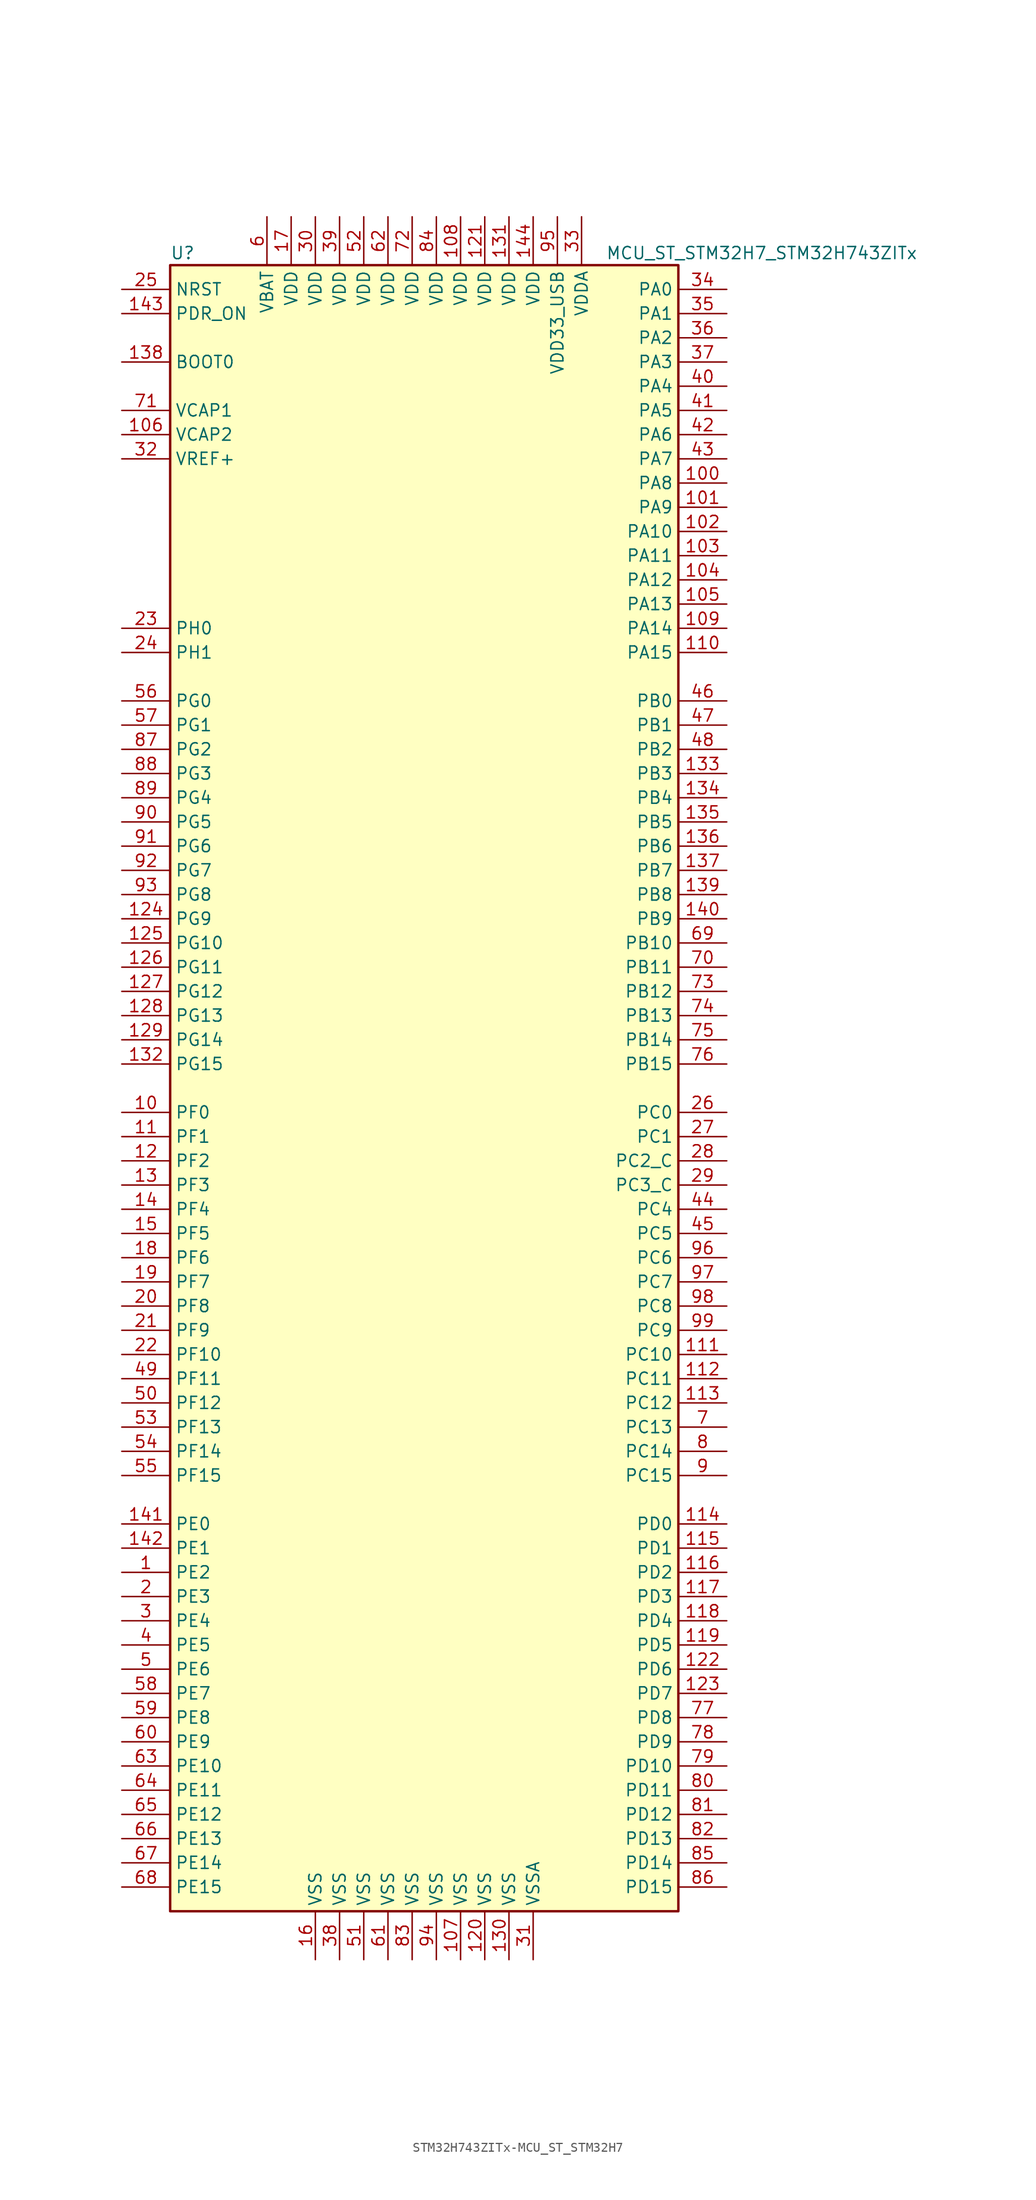
<source format=kicad_sym>
(kicad_symbol_lib
  (version 20220914)
  (generator kicad_symbol_editor)
  (symbol "STM32H743ZITx-MCU_ST_STM32H7"
    (property "Reference" "U"
      (at -27.94 87.63 0)
      (effects (font (size 1.27 1.27)) (justify left)))
    (property "Value" "MCU_ST_STM32H7_STM32H743ZITx"
      (at 17.78 87.63 0)
      (effects (font (size 1.27 1.27)) (justify left)))
    (symbol "STM32H743ZITx-MCU_ST_STM32H7_0_1"
      (rectangle (start -27.94 -86.36) (end 25.4 86.36) (stroke (width 0.254) (type solid)) (fill (type background))))
    (symbol "STM32H743ZITx-MCU_ST_STM32H7_1_1"
      (pin bidirectional line (at -33.02 -50.8 0) (length 5.08) (name "PE2" (effects (font (size 1.27 1.27)))) (number "1" (effects (font (size 1.27 1.27)))))
      (pin bidirectional line (at -33.02 -2.54 0) (length 5.08) (name "PF0" (effects (font (size 1.27 1.27)))) (number "10" (effects (font (size 1.27 1.27)))))
      (pin bidirectional line (at 30.48 63.5 180) (length 5.08) (name "PA8" (effects (font (size 1.27 1.27)))) (number "100" (effects (font (size 1.27 1.27)))))
      (pin bidirectional line (at 30.48 60.96 180) (length 5.08) (name "PA9" (effects (font (size 1.27 1.27)))) (number "101" (effects (font (size 1.27 1.27)))))
      (pin bidirectional line (at 30.48 58.42 180) (length 5.08) (name "PA10" (effects (font (size 1.27 1.27)))) (number "102" (effects (font (size 1.27 1.27)))))
      (pin bidirectional line (at 30.48 55.88 180) (length 5.08) (name "PA11" (effects (font (size 1.27 1.27)))) (number "103" (effects (font (size 1.27 1.27)))))
      (pin bidirectional line (at 30.48 53.34 180) (length 5.08) (name "PA12" (effects (font (size 1.27 1.27)))) (number "104" (effects (font (size 1.27 1.27)))))
      (pin bidirectional line (at 30.48 50.8 180) (length 5.08) (name "PA13" (effects (font (size 1.27 1.27)))) (number "105" (effects (font (size 1.27 1.27)))))
      (pin power_in line (at -33.02 68.58 0) (length 5.08) (name "VCAP2" (effects (font (size 1.27 1.27)))) (number "106" (effects (font (size 1.27 1.27)))))
      (pin power_in line (at 2.54 -91.44 90) (length 5.08) (name "VSS" (effects (font (size 1.27 1.27)))) (number "107" (effects (font (size 1.27 1.27)))))
      (pin power_in line (at 2.54 91.44 270) (length 5.08) (name "VDD" (effects (font (size 1.27 1.27)))) (number "108" (effects (font (size 1.27 1.27)))))
      (pin bidirectional line (at 30.48 48.26 180) (length 5.08) (name "PA14" (effects (font (size 1.27 1.27)))) (number "109" (effects (font (size 1.27 1.27)))))
      (pin bidirectional line (at -33.02 -5.08 0) (length 5.08) (name "PF1" (effects (font (size 1.27 1.27)))) (number "11" (effects (font (size 1.27 1.27)))))
      (pin bidirectional line (at 30.48 45.72 180) (length 5.08) (name "PA15" (effects (font (size 1.27 1.27)))) (number "110" (effects (font (size 1.27 1.27)))))
      (pin bidirectional line (at 30.48 -27.94 180) (length 5.08) (name "PC10" (effects (font (size 1.27 1.27)))) (number "111" (effects (font (size 1.27 1.27)))))
      (pin bidirectional line (at 30.48 -30.48 180) (length 5.08) (name "PC11" (effects (font (size 1.27 1.27)))) (number "112" (effects (font (size 1.27 1.27)))))
      (pin bidirectional line (at 30.48 -33.02 180) (length 5.08) (name "PC12" (effects (font (size 1.27 1.27)))) (number "113" (effects (font (size 1.27 1.27)))))
      (pin bidirectional line (at 30.48 -45.72 180) (length 5.08) (name "PD0" (effects (font (size 1.27 1.27)))) (number "114" (effects (font (size 1.27 1.27)))))
      (pin bidirectional line (at 30.48 -48.26 180) (length 5.08) (name "PD1" (effects (font (size 1.27 1.27)))) (number "115" (effects (font (size 1.27 1.27)))))
      (pin bidirectional line (at 30.48 -50.8 180) (length 5.08) (name "PD2" (effects (font (size 1.27 1.27)))) (number "116" (effects (font (size 1.27 1.27)))))
      (pin bidirectional line (at 30.48 -53.34 180) (length 5.08) (name "PD3" (effects (font (size 1.27 1.27)))) (number "117" (effects (font (size 1.27 1.27)))))
      (pin bidirectional line (at 30.48 -55.88 180) (length 5.08) (name "PD4" (effects (font (size 1.27 1.27)))) (number "118" (effects (font (size 1.27 1.27)))))
      (pin bidirectional line (at 30.48 -58.42 180) (length 5.08) (name "PD5" (effects (font (size 1.27 1.27)))) (number "119" (effects (font (size 1.27 1.27)))))
      (pin bidirectional line (at -33.02 -7.62 0) (length 5.08) (name "PF2" (effects (font (size 1.27 1.27)))) (number "12" (effects (font (size 1.27 1.27)))))
      (pin power_in line (at 5.08 -91.44 90) (length 5.08) (name "VSS" (effects (font (size 1.27 1.27)))) (number "120" (effects (font (size 1.27 1.27)))))
      (pin power_in line (at 5.08 91.44 270) (length 5.08) (name "VDD" (effects (font (size 1.27 1.27)))) (number "121" (effects (font (size 1.27 1.27)))))
      (pin bidirectional line (at 30.48 -60.96 180) (length 5.08) (name "PD6" (effects (font (size 1.27 1.27)))) (number "122" (effects (font (size 1.27 1.27)))))
      (pin bidirectional line (at 30.48 -63.5 180) (length 5.08) (name "PD7" (effects (font (size 1.27 1.27)))) (number "123" (effects (font (size 1.27 1.27)))))
      (pin bidirectional line (at -33.02 17.78 0) (length 5.08) (name "PG9" (effects (font (size 1.27 1.27)))) (number "124" (effects (font (size 1.27 1.27)))))
      (pin bidirectional line (at -33.02 15.24 0) (length 5.08) (name "PG10" (effects (font (size 1.27 1.27)))) (number "125" (effects (font (size 1.27 1.27)))))
      (pin bidirectional line (at -33.02 12.7 0) (length 5.08) (name "PG11" (effects (font (size 1.27 1.27)))) (number "126" (effects (font (size 1.27 1.27)))))
      (pin bidirectional line (at -33.02 10.16 0) (length 5.08) (name "PG12" (effects (font (size 1.27 1.27)))) (number "127" (effects (font (size 1.27 1.27)))))
      (pin bidirectional line (at -33.02 7.62 0) (length 5.08) (name "PG13" (effects (font (size 1.27 1.27)))) (number "128" (effects (font (size 1.27 1.27)))))
      (pin bidirectional line (at -33.02 5.08 0) (length 5.08) (name "PG14" (effects (font (size 1.27 1.27)))) (number "129" (effects (font (size 1.27 1.27)))))
      (pin bidirectional line (at -33.02 -10.16 0) (length 5.08) (name "PF3" (effects (font (size 1.27 1.27)))) (number "13" (effects (font (size 1.27 1.27)))))
      (pin power_in line (at 7.62 -91.44 90) (length 5.08) (name "VSS" (effects (font (size 1.27 1.27)))) (number "130" (effects (font (size 1.27 1.27)))))
      (pin power_in line (at 7.62 91.44 270) (length 5.08) (name "VDD" (effects (font (size 1.27 1.27)))) (number "131" (effects (font (size 1.27 1.27)))))
      (pin bidirectional line (at -33.02 2.54 0) (length 5.08) (name "PG15" (effects (font (size 1.27 1.27)))) (number "132" (effects (font (size 1.27 1.27)))))
      (pin bidirectional line (at 30.48 33.02 180) (length 5.08) (name "PB3" (effects (font (size 1.27 1.27)))) (number "133" (effects (font (size 1.27 1.27)))))
      (pin bidirectional line (at 30.48 30.48 180) (length 5.08) (name "PB4" (effects (font (size 1.27 1.27)))) (number "134" (effects (font (size 1.27 1.27)))))
      (pin bidirectional line (at 30.48 27.94 180) (length 5.08) (name "PB5" (effects (font (size 1.27 1.27)))) (number "135" (effects (font (size 1.27 1.27)))))
      (pin bidirectional line (at 30.48 25.4 180) (length 5.08) (name "PB6" (effects (font (size 1.27 1.27)))) (number "136" (effects (font (size 1.27 1.27)))))
      (pin bidirectional line (at 30.48 22.86 180) (length 5.08) (name "PB7" (effects (font (size 1.27 1.27)))) (number "137" (effects (font (size 1.27 1.27)))))
      (pin input line (at -33.02 76.2 0) (length 5.08) (name "BOOT0" (effects (font (size 1.27 1.27)))) (number "138" (effects (font (size 1.27 1.27)))))
      (pin bidirectional line (at 30.48 20.32 180) (length 5.08) (name "PB8" (effects (font (size 1.27 1.27)))) (number "139" (effects (font (size 1.27 1.27)))))
      (pin bidirectional line (at -33.02 -12.7 0) (length 5.08) (name "PF4" (effects (font (size 1.27 1.27)))) (number "14" (effects (font (size 1.27 1.27)))))
      (pin bidirectional line (at 30.48 17.78 180) (length 5.08) (name "PB9" (effects (font (size 1.27 1.27)))) (number "140" (effects (font (size 1.27 1.27)))))
      (pin bidirectional line (at -33.02 -45.72 0) (length 5.08) (name "PE0" (effects (font (size 1.27 1.27)))) (number "141" (effects (font (size 1.27 1.27)))))
      (pin bidirectional line (at -33.02 -48.26 0) (length 5.08) (name "PE1" (effects (font (size 1.27 1.27)))) (number "142" (effects (font (size 1.27 1.27)))))
      (pin input line (at -33.02 81.28 0) (length 5.08) (name "PDR_ON" (effects (font (size 1.27 1.27)))) (number "143" (effects (font (size 1.27 1.27)))))
      (pin power_in line (at 10.16 91.44 270) (length 5.08) (name "VDD" (effects (font (size 1.27 1.27)))) (number "144" (effects (font (size 1.27 1.27)))))
      (pin bidirectional line (at -33.02 -15.24 0) (length 5.08) (name "PF5" (effects (font (size 1.27 1.27)))) (number "15" (effects (font (size 1.27 1.27)))))
      (pin power_in line (at -12.7 -91.44 90) (length 5.08) (name "VSS" (effects (font (size 1.27 1.27)))) (number "16" (effects (font (size 1.27 1.27)))))
      (pin power_in line (at -15.24 91.44 270) (length 5.08) (name "VDD" (effects (font (size 1.27 1.27)))) (number "17" (effects (font (size 1.27 1.27)))))
      (pin bidirectional line (at -33.02 -17.78 0) (length 5.08) (name "PF6" (effects (font (size 1.27 1.27)))) (number "18" (effects (font (size 1.27 1.27)))))
      (pin bidirectional line (at -33.02 -20.32 0) (length 5.08) (name "PF7" (effects (font (size 1.27 1.27)))) (number "19" (effects (font (size 1.27 1.27)))))
      (pin bidirectional line (at -33.02 -53.34 0) (length 5.08) (name "PE3" (effects (font (size 1.27 1.27)))) (number "2" (effects (font (size 1.27 1.27)))))
      (pin bidirectional line (at -33.02 -22.86 0) (length 5.08) (name "PF8" (effects (font (size 1.27 1.27)))) (number "20" (effects (font (size 1.27 1.27)))))
      (pin bidirectional line (at -33.02 -25.4 0) (length 5.08) (name "PF9" (effects (font (size 1.27 1.27)))) (number "21" (effects (font (size 1.27 1.27)))))
      (pin bidirectional line (at -33.02 -27.94 0) (length 5.08) (name "PF10" (effects (font (size 1.27 1.27)))) (number "22" (effects (font (size 1.27 1.27)))))
      (pin input line (at -33.02 48.26 0) (length 5.08) (name "PH0" (effects (font (size 1.27 1.27)))) (number "23" (effects (font (size 1.27 1.27)))))
      (pin input line (at -33.02 45.72 0) (length 5.08) (name "PH1" (effects (font (size 1.27 1.27)))) (number "24" (effects (font (size 1.27 1.27)))))
      (pin input line (at -33.02 83.82 0) (length 5.08) (name "NRST" (effects (font (size 1.27 1.27)))) (number "25" (effects (font (size 1.27 1.27)))))
      (pin bidirectional line (at 30.48 -2.54 180) (length 5.08) (name "PC0" (effects (font (size 1.27 1.27)))) (number "26" (effects (font (size 1.27 1.27)))))
      (pin bidirectional line (at 30.48 -5.08 180) (length 5.08) (name "PC1" (effects (font (size 1.27 1.27)))) (number "27" (effects (font (size 1.27 1.27)))))
      (pin bidirectional line (at 30.48 -7.62 180) (length 5.08) (name "PC2_C" (effects (font (size 1.27 1.27)))) (number "28" (effects (font (size 1.27 1.27)))))
      (pin bidirectional line (at 30.48 -10.16 180) (length 5.08) (name "PC3_C" (effects (font (size 1.27 1.27)))) (number "29" (effects (font (size 1.27 1.27)))))
      (pin bidirectional line (at -33.02 -55.88 0) (length 5.08) (name "PE4" (effects (font (size 1.27 1.27)))) (number "3" (effects (font (size 1.27 1.27)))))
      (pin power_in line (at -12.7 91.44 270) (length 5.08) (name "VDD" (effects (font (size 1.27 1.27)))) (number "30" (effects (font (size 1.27 1.27)))))
      (pin power_in line (at 10.16 -91.44 90) (length 5.08) (name "VSSA" (effects (font (size 1.27 1.27)))) (number "31" (effects (font (size 1.27 1.27)))))
      (pin bidirectional line (at -33.02 66.04 0) (length 5.08) (name "VREF+" (effects (font (size 1.27 1.27)))) (number "32" (effects (font (size 1.27 1.27)))))
      (pin power_in line (at 15.24 91.44 270) (length 5.08) (name "VDDA" (effects (font (size 1.27 1.27)))) (number "33" (effects (font (size 1.27 1.27)))))
      (pin bidirectional line (at 30.48 83.82 180) (length 5.08) (name "PA0" (effects (font (size 1.27 1.27)))) (number "34" (effects (font (size 1.27 1.27)))))
      (pin bidirectional line (at 30.48 81.28 180) (length 5.08) (name "PA1" (effects (font (size 1.27 1.27)))) (number "35" (effects (font (size 1.27 1.27)))))
      (pin bidirectional line (at 30.48 78.74 180) (length 5.08) (name "PA2" (effects (font (size 1.27 1.27)))) (number "36" (effects (font (size 1.27 1.27)))))
      (pin bidirectional line (at 30.48 76.2 180) (length 5.08) (name "PA3" (effects (font (size 1.27 1.27)))) (number "37" (effects (font (size 1.27 1.27)))))
      (pin power_in line (at -10.16 -91.44 90) (length 5.08) (name "VSS" (effects (font (size 1.27 1.27)))) (number "38" (effects (font (size 1.27 1.27)))))
      (pin power_in line (at -10.16 91.44 270) (length 5.08) (name "VDD" (effects (font (size 1.27 1.27)))) (number "39" (effects (font (size 1.27 1.27)))))
      (pin bidirectional line (at -33.02 -58.42 0) (length 5.08) (name "PE5" (effects (font (size 1.27 1.27)))) (number "4" (effects (font (size 1.27 1.27)))))
      (pin bidirectional line (at 30.48 73.66 180) (length 5.08) (name "PA4" (effects (font (size 1.27 1.27)))) (number "40" (effects (font (size 1.27 1.27)))))
      (pin bidirectional line (at 30.48 71.12 180) (length 5.08) (name "PA5" (effects (font (size 1.27 1.27)))) (number "41" (effects (font (size 1.27 1.27)))))
      (pin bidirectional line (at 30.48 68.58 180) (length 5.08) (name "PA6" (effects (font (size 1.27 1.27)))) (number "42" (effects (font (size 1.27 1.27)))))
      (pin bidirectional line (at 30.48 66.04 180) (length 5.08) (name "PA7" (effects (font (size 1.27 1.27)))) (number "43" (effects (font (size 1.27 1.27)))))
      (pin bidirectional line (at 30.48 -12.7 180) (length 5.08) (name "PC4" (effects (font (size 1.27 1.27)))) (number "44" (effects (font (size 1.27 1.27)))))
      (pin bidirectional line (at 30.48 -15.24 180) (length 5.08) (name "PC5" (effects (font (size 1.27 1.27)))) (number "45" (effects (font (size 1.27 1.27)))))
      (pin bidirectional line (at 30.48 40.64 180) (length 5.08) (name "PB0" (effects (font (size 1.27 1.27)))) (number "46" (effects (font (size 1.27 1.27)))))
      (pin bidirectional line (at 30.48 38.1 180) (length 5.08) (name "PB1" (effects (font (size 1.27 1.27)))) (number "47" (effects (font (size 1.27 1.27)))))
      (pin bidirectional line (at 30.48 35.56 180) (length 5.08) (name "PB2" (effects (font (size 1.27 1.27)))) (number "48" (effects (font (size 1.27 1.27)))))
      (pin bidirectional line (at -33.02 -30.48 0) (length 5.08) (name "PF11" (effects (font (size 1.27 1.27)))) (number "49" (effects (font (size 1.27 1.27)))))
      (pin bidirectional line (at -33.02 -60.96 0) (length 5.08) (name "PE6" (effects (font (size 1.27 1.27)))) (number "5" (effects (font (size 1.27 1.27)))))
      (pin bidirectional line (at -33.02 -33.02 0) (length 5.08) (name "PF12" (effects (font (size 1.27 1.27)))) (number "50" (effects (font (size 1.27 1.27)))))
      (pin power_in line (at -7.62 -91.44 90) (length 5.08) (name "VSS" (effects (font (size 1.27 1.27)))) (number "51" (effects (font (size 1.27 1.27)))))
      (pin power_in line (at -7.62 91.44 270) (length 5.08) (name "VDD" (effects (font (size 1.27 1.27)))) (number "52" (effects (font (size 1.27 1.27)))))
      (pin bidirectional line (at -33.02 -35.56 0) (length 5.08) (name "PF13" (effects (font (size 1.27 1.27)))) (number "53" (effects (font (size 1.27 1.27)))))
      (pin bidirectional line (at -33.02 -38.1 0) (length 5.08) (name "PF14" (effects (font (size 1.27 1.27)))) (number "54" (effects (font (size 1.27 1.27)))))
      (pin bidirectional line (at -33.02 -40.64 0) (length 5.08) (name "PF15" (effects (font (size 1.27 1.27)))) (number "55" (effects (font (size 1.27 1.27)))))
      (pin bidirectional line (at -33.02 40.64 0) (length 5.08) (name "PG0" (effects (font (size 1.27 1.27)))) (number "56" (effects (font (size 1.27 1.27)))))
      (pin bidirectional line (at -33.02 38.1 0) (length 5.08) (name "PG1" (effects (font (size 1.27 1.27)))) (number "57" (effects (font (size 1.27 1.27)))))
      (pin bidirectional line (at -33.02 -63.5 0) (length 5.08) (name "PE7" (effects (font (size 1.27 1.27)))) (number "58" (effects (font (size 1.27 1.27)))))
      (pin bidirectional line (at -33.02 -66.04 0) (length 5.08) (name "PE8" (effects (font (size 1.27 1.27)))) (number "59" (effects (font (size 1.27 1.27)))))
      (pin power_in line (at -17.78 91.44 270) (length 5.08) (name "VBAT" (effects (font (size 1.27 1.27)))) (number "6" (effects (font (size 1.27 1.27)))))
      (pin bidirectional line (at -33.02 -68.58 0) (length 5.08) (name "PE9" (effects (font (size 1.27 1.27)))) (number "60" (effects (font (size 1.27 1.27)))))
      (pin power_in line (at -5.08 -91.44 90) (length 5.08) (name "VSS" (effects (font (size 1.27 1.27)))) (number "61" (effects (font (size 1.27 1.27)))))
      (pin power_in line (at -5.08 91.44 270) (length 5.08) (name "VDD" (effects (font (size 1.27 1.27)))) (number "62" (effects (font (size 1.27 1.27)))))
      (pin bidirectional line (at -33.02 -71.12 0) (length 5.08) (name "PE10" (effects (font (size 1.27 1.27)))) (number "63" (effects (font (size 1.27 1.27)))))
      (pin bidirectional line (at -33.02 -73.66 0) (length 5.08) (name "PE11" (effects (font (size 1.27 1.27)))) (number "64" (effects (font (size 1.27 1.27)))))
      (pin bidirectional line (at -33.02 -76.2 0) (length 5.08) (name "PE12" (effects (font (size 1.27 1.27)))) (number "65" (effects (font (size 1.27 1.27)))))
      (pin bidirectional line (at -33.02 -78.74 0) (length 5.08) (name "PE13" (effects (font (size 1.27 1.27)))) (number "66" (effects (font (size 1.27 1.27)))))
      (pin bidirectional line (at -33.02 -81.28 0) (length 5.08) (name "PE14" (effects (font (size 1.27 1.27)))) (number "67" (effects (font (size 1.27 1.27)))))
      (pin bidirectional line (at -33.02 -83.82 0) (length 5.08) (name "PE15" (effects (font (size 1.27 1.27)))) (number "68" (effects (font (size 1.27 1.27)))))
      (pin bidirectional line (at 30.48 15.24 180) (length 5.08) (name "PB10" (effects (font (size 1.27 1.27)))) (number "69" (effects (font (size 1.27 1.27)))))
      (pin bidirectional line (at 30.48 -35.56 180) (length 5.08) (name "PC13" (effects (font (size 1.27 1.27)))) (number "7" (effects (font (size 1.27 1.27)))))
      (pin bidirectional line (at 30.48 12.7 180) (length 5.08) (name "PB11" (effects (font (size 1.27 1.27)))) (number "70" (effects (font (size 1.27 1.27)))))
      (pin power_in line (at -33.02 71.12 0) (length 5.08) (name "VCAP1" (effects (font (size 1.27 1.27)))) (number "71" (effects (font (size 1.27 1.27)))))
      (pin power_in line (at -2.54 91.44 270) (length 5.08) (name "VDD" (effects (font (size 1.27 1.27)))) (number "72" (effects (font (size 1.27 1.27)))))
      (pin bidirectional line (at 30.48 10.16 180) (length 5.08) (name "PB12" (effects (font (size 1.27 1.27)))) (number "73" (effects (font (size 1.27 1.27)))))
      (pin bidirectional line (at 30.48 7.62 180) (length 5.08) (name "PB13" (effects (font (size 1.27 1.27)))) (number "74" (effects (font (size 1.27 1.27)))))
      (pin bidirectional line (at 30.48 5.08 180) (length 5.08) (name "PB14" (effects (font (size 1.27 1.27)))) (number "75" (effects (font (size 1.27 1.27)))))
      (pin bidirectional line (at 30.48 2.54 180) (length 5.08) (name "PB15" (effects (font (size 1.27 1.27)))) (number "76" (effects (font (size 1.27 1.27)))))
      (pin bidirectional line (at 30.48 -66.04 180) (length 5.08) (name "PD8" (effects (font (size 1.27 1.27)))) (number "77" (effects (font (size 1.27 1.27)))))
      (pin bidirectional line (at 30.48 -68.58 180) (length 5.08) (name "PD9" (effects (font (size 1.27 1.27)))) (number "78" (effects (font (size 1.27 1.27)))))
      (pin bidirectional line (at 30.48 -71.12 180) (length 5.08) (name "PD10" (effects (font (size 1.27 1.27)))) (number "79" (effects (font (size 1.27 1.27)))))
      (pin bidirectional line (at 30.48 -38.1 180) (length 5.08) (name "PC14" (effects (font (size 1.27 1.27)))) (number "8" (effects (font (size 1.27 1.27)))))
      (pin bidirectional line (at 30.48 -73.66 180) (length 5.08) (name "PD11" (effects (font (size 1.27 1.27)))) (number "80" (effects (font (size 1.27 1.27)))))
      (pin bidirectional line (at 30.48 -76.2 180) (length 5.08) (name "PD12" (effects (font (size 1.27 1.27)))) (number "81" (effects (font (size 1.27 1.27)))))
      (pin bidirectional line (at 30.48 -78.74 180) (length 5.08) (name "PD13" (effects (font (size 1.27 1.27)))) (number "82" (effects (font (size 1.27 1.27)))))
      (pin power_in line (at -2.54 -91.44 90) (length 5.08) (name "VSS" (effects (font (size 1.27 1.27)))) (number "83" (effects (font (size 1.27 1.27)))))
      (pin power_in line (at 0 91.44 270) (length 5.08) (name "VDD" (effects (font (size 1.27 1.27)))) (number "84" (effects (font (size 1.27 1.27)))))
      (pin bidirectional line (at 30.48 -81.28 180) (length 5.08) (name "PD14" (effects (font (size 1.27 1.27)))) (number "85" (effects (font (size 1.27 1.27)))))
      (pin bidirectional line (at 30.48 -83.82 180) (length 5.08) (name "PD15" (effects (font (size 1.27 1.27)))) (number "86" (effects (font (size 1.27 1.27)))))
      (pin bidirectional line (at -33.02 35.56 0) (length 5.08) (name "PG2" (effects (font (size 1.27 1.27)))) (number "87" (effects (font (size 1.27 1.27)))))
      (pin bidirectional line (at -33.02 33.02 0) (length 5.08) (name "PG3" (effects (font (size 1.27 1.27)))) (number "88" (effects (font (size 1.27 1.27)))))
      (pin bidirectional line (at -33.02 30.48 0) (length 5.08) (name "PG4" (effects (font (size 1.27 1.27)))) (number "89" (effects (font (size 1.27 1.27)))))
      (pin bidirectional line (at 30.48 -40.64 180) (length 5.08) (name "PC15" (effects (font (size 1.27 1.27)))) (number "9" (effects (font (size 1.27 1.27)))))
      (pin bidirectional line (at -33.02 27.94 0) (length 5.08) (name "PG5" (effects (font (size 1.27 1.27)))) (number "90" (effects (font (size 1.27 1.27)))))
      (pin bidirectional line (at -33.02 25.4 0) (length 5.08) (name "PG6" (effects (font (size 1.27 1.27)))) (number "91" (effects (font (size 1.27 1.27)))))
      (pin bidirectional line (at -33.02 22.86 0) (length 5.08) (name "PG7" (effects (font (size 1.27 1.27)))) (number "92" (effects (font (size 1.27 1.27)))))
      (pin bidirectional line (at -33.02 20.32 0) (length 5.08) (name "PG8" (effects (font (size 1.27 1.27)))) (number "93" (effects (font (size 1.27 1.27)))))
      (pin power_in line (at 0 -91.44 90) (length 5.08) (name "VSS" (effects (font (size 1.27 1.27)))) (number "94" (effects (font (size 1.27 1.27)))))
      (pin power_in line (at 12.7 91.44 270) (length 5.08) (name "VDD33_USB" (effects (font (size 1.27 1.27)))) (number "95" (effects (font (size 1.27 1.27)))))
      (pin bidirectional line (at 30.48 -17.78 180) (length 5.08) (name "PC6" (effects (font (size 1.27 1.27)))) (number "96" (effects (font (size 1.27 1.27)))))
      (pin bidirectional line (at 30.48 -20.32 180) (length 5.08) (name "PC7" (effects (font (size 1.27 1.27)))) (number "97" (effects (font (size 1.27 1.27)))))
      (pin bidirectional line (at 30.48 -22.86 180) (length 5.08) (name "PC8" (effects (font (size 1.27 1.27)))) (number "98" (effects (font (size 1.27 1.27)))))
      (pin bidirectional line (at 30.48 -25.4 180) (length 5.08) (name "PC9" (effects (font (size 1.27 1.27)))) (number "99" (effects (font (size 1.27 1.27))))))))
</source>
